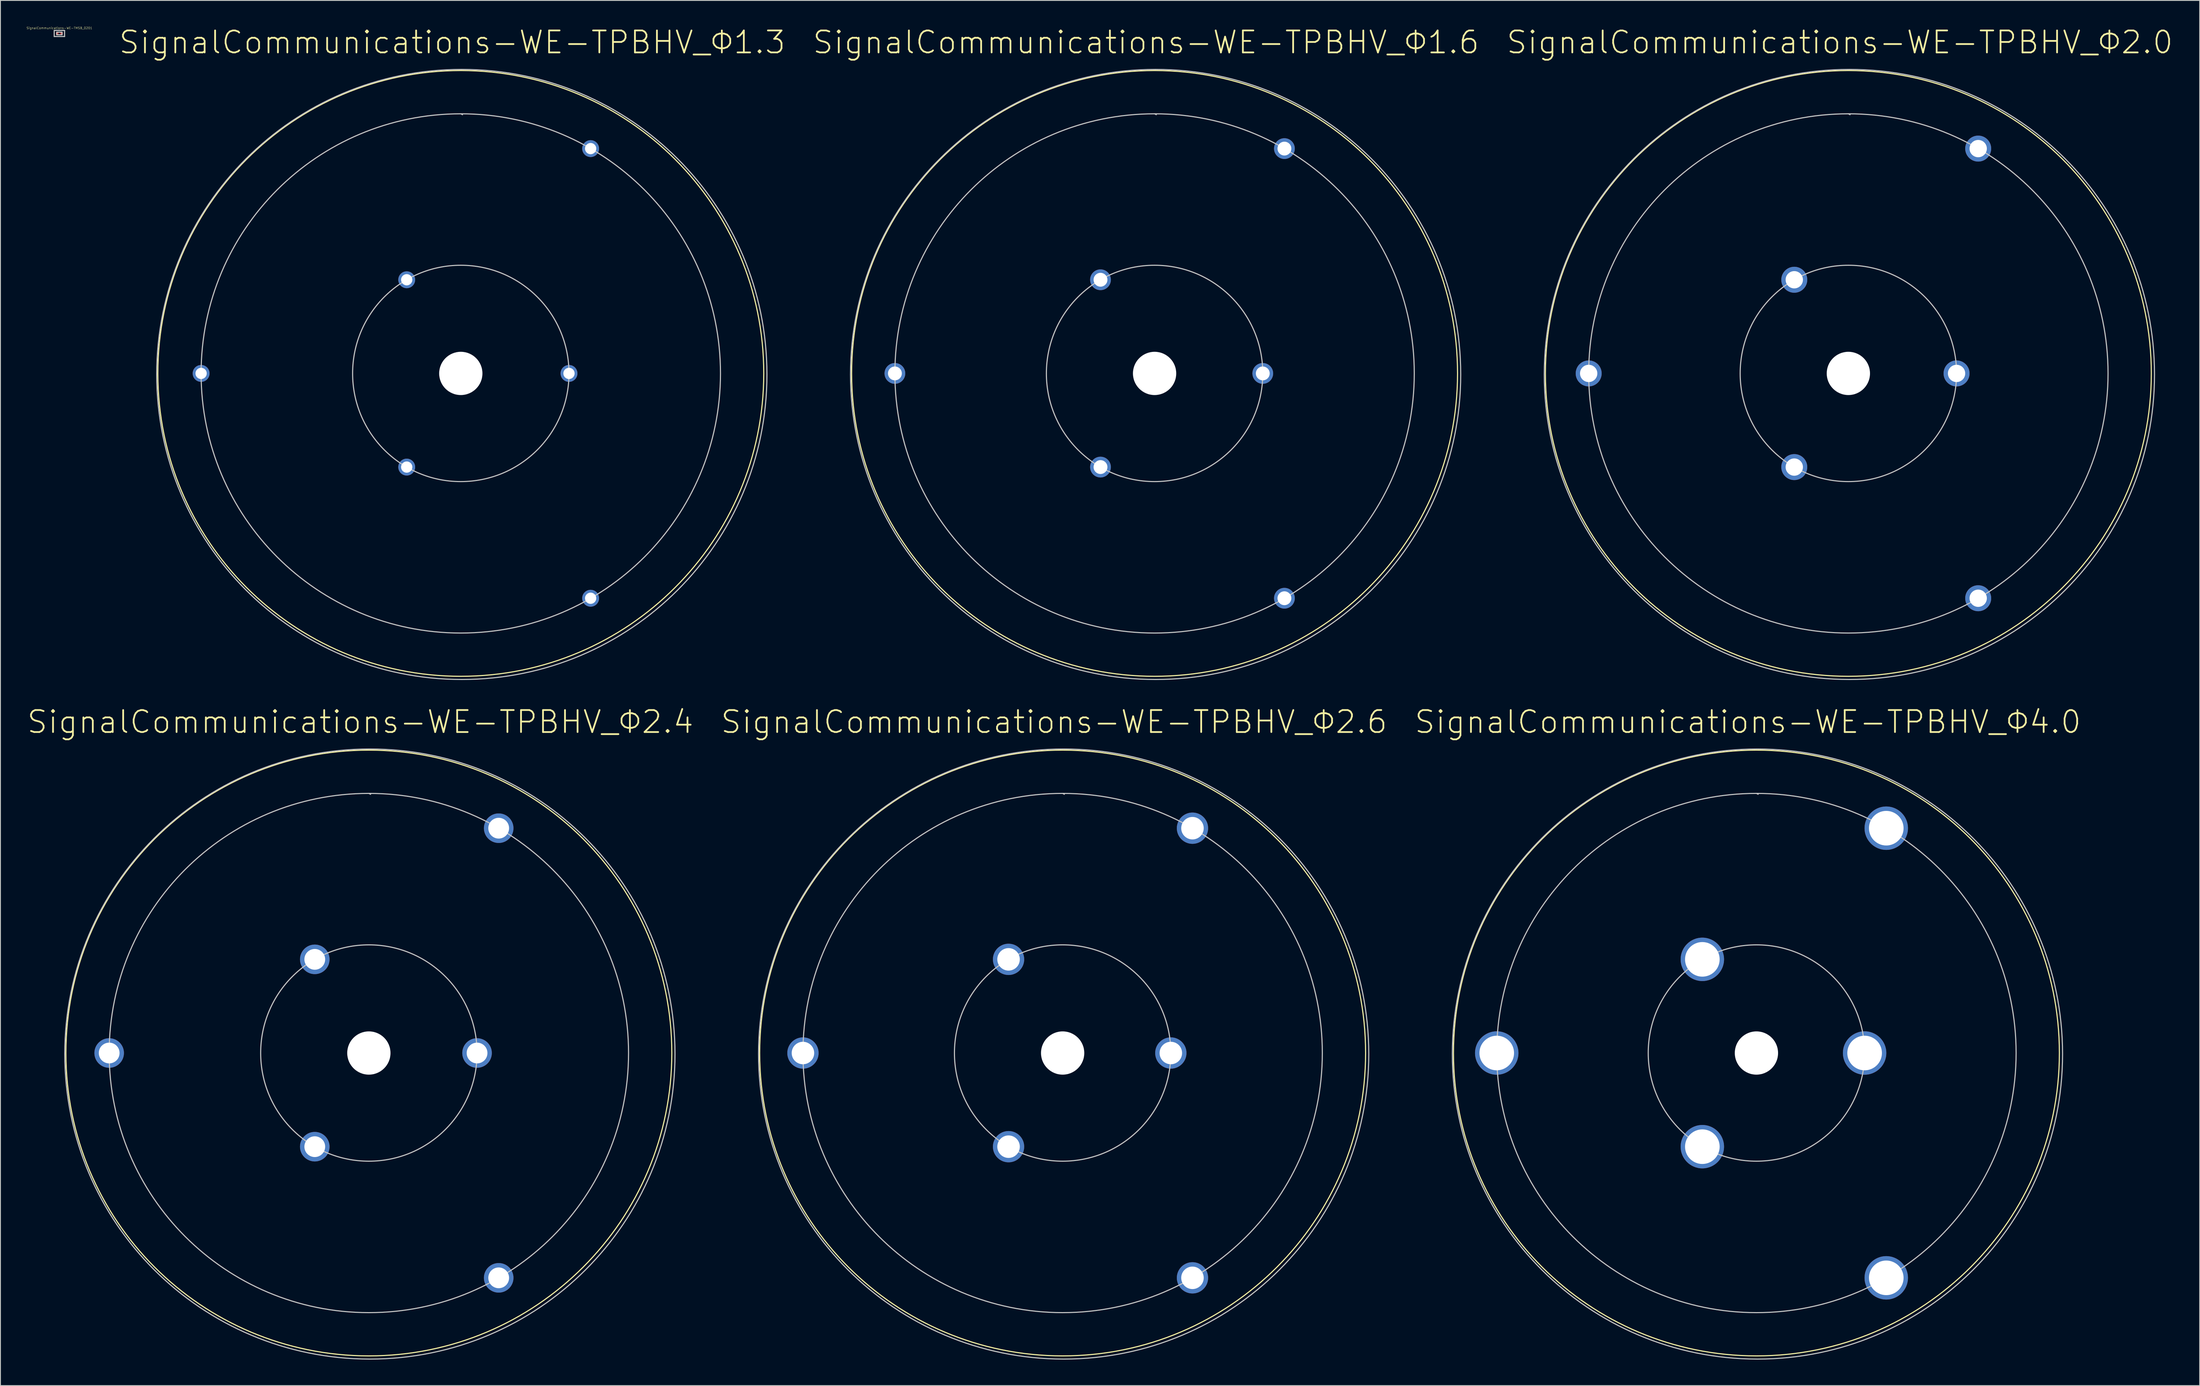
<source format=kicad_pcb>
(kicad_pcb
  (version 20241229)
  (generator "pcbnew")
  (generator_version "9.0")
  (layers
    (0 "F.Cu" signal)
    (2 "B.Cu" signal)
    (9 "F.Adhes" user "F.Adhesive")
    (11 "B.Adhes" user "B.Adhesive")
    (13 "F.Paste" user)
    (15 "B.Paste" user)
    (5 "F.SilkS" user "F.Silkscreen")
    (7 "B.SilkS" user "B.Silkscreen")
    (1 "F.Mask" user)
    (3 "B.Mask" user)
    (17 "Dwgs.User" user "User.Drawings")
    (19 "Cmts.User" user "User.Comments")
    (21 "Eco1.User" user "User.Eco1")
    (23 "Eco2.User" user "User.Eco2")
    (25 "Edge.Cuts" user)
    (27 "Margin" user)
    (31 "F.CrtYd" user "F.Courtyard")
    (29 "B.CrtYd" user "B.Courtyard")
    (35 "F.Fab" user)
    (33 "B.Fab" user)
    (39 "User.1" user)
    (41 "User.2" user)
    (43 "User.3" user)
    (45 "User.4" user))
  (footprint "SignalCommunications-WE-TPBHV_Φ2.4"
    (layer "F.Cu")
    (at 39.562 118.63)
    (property "Reference" "SignalCommunications-WE-TPBHV_Φ2.4" (at -0.988 -38.257 0) (layer "F.SilkS") (effects (font (size 2.54 2.54) (thickness 0.203))))
    (attr exclude_from_pos_files exclude_from_bom)
    (fp_circle (center 0 0) (end 0 -34.999) (stroke (width 0.127) (type solid)) (fill no) (layer "F.SilkS"))
    (fp_line (start 0.198 -29.898) (end 0 -30) (stroke (width 0.127) (type solid)) (layer "Dwgs.User"))
    (fp_circle (center 0 0) (end 0 -30) (stroke (width 0.127) (type solid)) (fill no) (layer "Dwgs.User"))
    (fp_circle (center 0 0) (end 0 -12.499) (stroke (width 0.127) (type solid)) (fill no) (layer "Dwgs.User"))
    (fp_circle (center 0.119 0.119) (end 0.119 -35.128) (stroke (width 0.127) (type solid)) (fill no) (layer "Dwgs.User"))
    (pad "" np_thru_hole circle (at 0 0) (size 4.999 4.999) (drill 4.999) (layers "*.Cu" "*.Mask"))
    (pad "1" thru_hole circle (at 14.999 -25.979) (size 3.414 3.414) (drill 2.398) (layers "*.Cu" "*.Paste" "*.Mask"))
    (pad "2" thru_hole circle (at 14.999 25.979) (size 3.414 3.414) (drill 2.398) (layers "*.Cu" "*.Paste" "*.Mask"))
    (pad "3" thru_hole circle (at -30 0) (size 3.414 3.414) (drill 2.398) (layers "*.Cu" "*.Paste" "*.Mask"))
    (pad "4" thru_hole circle (at 12.499 0) (size 3.414 3.414) (drill 2.398) (layers "*.Cu" "*.Paste" "*.Mask"))
    (pad "5" thru_hole circle (at -6.248 10.823) (size 3.414 3.414) (drill 2.398) (layers "*.Cu" "*.Paste" "*.Mask"))
    (pad "6" thru_hole circle (at -6.248 -10.823) (size 3.414 3.414) (drill 2.398) (layers "*.Cu" "*.Paste" "*.Mask")))
  (footprint "SignalCommunications-WE-TPBHV_Φ4.0"
    (layer "F.Cu")
    (at 199.859 118.63)
    (property "Reference" "SignalCommunications-WE-TPBHV_Φ4.0" (at -0.988 -38.257 0) (layer "F.SilkS") (effects (font (size 2.54 2.54) (thickness 0.203))))
    (attr exclude_from_pos_files exclude_from_bom)
    (fp_circle (center 0 0) (end 0 -34.999) (stroke (width 0.127) (type solid)) (fill no) (layer "F.SilkS"))
    (fp_line (start 0.198 -29.898) (end 0 -30) (stroke (width 0.127) (type solid)) (layer "Dwgs.User"))
    (fp_circle (center 0 0) (end 0 -30) (stroke (width 0.127) (type solid)) (fill no) (layer "Dwgs.User"))
    (fp_circle (center 0 0) (end 0 -12.499) (stroke (width 0.127) (type solid)) (fill no) (layer "Dwgs.User"))
    (fp_circle (center 0.119 0.119) (end 0.119 -35.128) (stroke (width 0.127) (type solid)) (fill no) (layer "Dwgs.User"))
    (pad "" np_thru_hole circle (at 0 0) (size 4.999 4.999) (drill 4.999) (layers "*.Cu" "*.Mask"))
    (pad "1" thru_hole circle (at 14.999 -25.979) (size 5.014 5.014) (drill 3.998) (layers "*.Cu" "*.Paste" "*.Mask"))
    (pad "2" thru_hole circle (at 14.999 25.979) (size 5.014 5.014) (drill 3.998) (layers "*.Cu" "*.Paste" "*.Mask"))
    (pad "3" thru_hole circle (at -30 0) (size 5.014 5.014) (drill 3.998) (layers "*.Cu" "*.Paste" "*.Mask"))
    (pad "4" thru_hole circle (at 12.499 0) (size 5.014 5.014) (drill 3.998) (layers "*.Cu" "*.Paste" "*.Mask"))
    (pad "5" thru_hole circle (at -6.248 10.823) (size 5.014 5.014) (drill 3.998) (layers "*.Cu" "*.Paste" "*.Mask"))
    (pad "6" thru_hole circle (at -6.248 -10.823) (size 5.014 5.014) (drill 3.998) (layers "*.Cu" "*.Paste" "*.Mask")))
  (footprint "SignalCommunications-WE-TPBHV_Φ2.0"
    (layer "F.Cu")
    (at 210.48 40.1)
    (property "Reference" "SignalCommunications-WE-TPBHV_Φ2.0" (at -0.988 -38.257 0) (layer "F.SilkS") (effects (font (size 2.54 2.54) (thickness 0.203))))
    (attr exclude_from_pos_files exclude_from_bom)
    (fp_circle (center 0 0) (end 0 -34.999) (stroke (width 0.127) (type solid)) (fill no) (layer "F.SilkS"))
    (fp_line (start 0.198 -29.898) (end 0 -30) (stroke (width 0.127) (type solid)) (layer "Dwgs.User"))
    (fp_circle (center 0 0) (end 0 -30) (stroke (width 0.127) (type solid)) (fill no) (layer "Dwgs.User"))
    (fp_circle (center 0 0) (end 0 -12.499) (stroke (width 0.127) (type solid)) (fill no) (layer "Dwgs.User"))
    (fp_circle (center 0.119 0.119) (end 0.119 -35.128) (stroke (width 0.127) (type solid)) (fill no) (layer "Dwgs.User"))
    (pad "" np_thru_hole circle (at 0 0) (size 4.999 4.999) (drill 4.999) (layers "*.Cu" "*.Mask"))
    (pad "1" thru_hole circle (at 14.999 -25.979) (size 3 3) (drill 1.999) (layers "*.Cu" "*.Paste" "*.Mask"))
    (pad "2" thru_hole circle (at 14.999 25.979) (size 3 3) (drill 1.999) (layers "*.Cu" "*.Paste" "*.Mask"))
    (pad "3" thru_hole circle (at -30 0) (size 3 3) (drill 1.999) (layers "*.Cu" "*.Paste" "*.Mask"))
    (pad "4" thru_hole circle (at 12.499 0) (size 3 3) (drill 1.999) (layers "*.Cu" "*.Paste" "*.Mask"))
    (pad "5" thru_hole circle (at -6.248 10.823) (size 3 3) (drill 1.999) (layers "*.Cu" "*.Paste" "*.Mask"))
    (pad "6" thru_hole circle (at -6.248 -10.823) (size 3 3) (drill 1.999) (layers "*.Cu" "*.Paste" "*.Mask")))
  (footprint "SignalCommunications-WE-TMSB_0201"
    (layer "F.Cu")
    (at 3.811 0.818)
    (property "Reference" "SignalCommunications-WE-TMSB_0201" (at 0 -0.625 0) (layer "F.SilkS") (effects (font (size 0.254 0.254) (thickness 0.025))))
    (attr smd)
    (fp_line (start -0.599 -0.348) (end 0.599 -0.348) (stroke (width 0.127) (type solid)) (layer "Dwgs.User"))
    (fp_line (start -0.599 0.348) (end -0.599 -0.348) (stroke (width 0.127) (type solid)) (layer "Dwgs.User"))
    (fp_line (start -0.3 -0.15) (end -0.3 0.15) (stroke (width 0.127) (type solid)) (layer "Dwgs.User"))
    (fp_line (start -0.3 0.15) (end 0.3 0.15) (stroke (width 0.127) (type solid)) (layer "Dwgs.User"))
    (fp_line (start 0.3 -0.15) (end -0.3 -0.15) (stroke (width 0.127) (type solid)) (layer "Dwgs.User"))
    (fp_line (start 0.3 0.15) (end 0.3 -0.15) (stroke (width 0.127) (type solid)) (layer "Dwgs.User"))
    (fp_line (start 0.599 -0.348) (end 0.599 0.348) (stroke (width 0.127) (type solid)) (layer "Dwgs.User"))
    (fp_line (start 0.599 0.348) (end -0.599 0.348) (stroke (width 0.127) (type solid)) (layer "Dwgs.User"))
    (pad "1" smd rect (at -0.249 0) (size 0.3 0.3) (layers "F.Cu" "F.Mask" "F.Paste"))
    (pad "2" smd rect (at 0.249 0) (size 0.3 0.3) (layers "F.Cu" "F.Mask" "F.Paste")))
  (footprint "SignalCommunications-WE-TPBHV_Φ2.6"
    (layer "F.Cu")
    (at 119.71 118.63)
    (property "Reference" "SignalCommunications-WE-TPBHV_Φ2.6" (at -0.988 -38.257 0) (layer "F.SilkS") (effects (font (size 2.54 2.54) (thickness 0.203))))
    (attr exclude_from_pos_files exclude_from_bom)
    (fp_circle (center 0 0) (end 0 -34.999) (stroke (width 0.127) (type solid)) (fill no) (layer "F.SilkS"))
    (fp_line (start 0.198 -29.898) (end 0 -30) (stroke (width 0.127) (type solid)) (layer "Dwgs.User"))
    (fp_circle (center 0 0) (end 0 -30) (stroke (width 0.127) (type solid)) (fill no) (layer "Dwgs.User"))
    (fp_circle (center 0 0) (end 0 -12.499) (stroke (width 0.127) (type solid)) (fill no) (layer "Dwgs.User"))
    (fp_circle (center 0.119 0.119) (end 0.119 -35.128) (stroke (width 0.127) (type solid)) (fill no) (layer "Dwgs.User"))
    (pad "" np_thru_hole circle (at 0 0) (size 4.999 4.999) (drill 4.999) (layers "*.Cu" "*.Mask"))
    (pad "1" thru_hole circle (at 14.999 -25.979) (size 3.614 3.614) (drill 2.598) (layers "*.Cu" "*.Paste" "*.Mask"))
    (pad "2" thru_hole circle (at 14.999 25.979) (size 3.614 3.614) (drill 2.598) (layers "*.Cu" "*.Paste" "*.Mask"))
    (pad "3" thru_hole circle (at -30 0) (size 3.614 3.614) (drill 2.598) (layers "*.Cu" "*.Paste" "*.Mask"))
    (pad "4" thru_hole circle (at 12.499 0) (size 3.614 3.614) (drill 2.598) (layers "*.Cu" "*.Paste" "*.Mask"))
    (pad "5" thru_hole circle (at -6.248 10.823) (size 3.614 3.614) (drill 2.598) (layers "*.Cu" "*.Paste" "*.Mask"))
    (pad "6" thru_hole circle (at -6.248 -10.823) (size 3.614 3.614) (drill 2.598) (layers "*.Cu" "*.Paste" "*.Mask")))
  (footprint "SignalCommunications-WE-TPBHV_Φ1.6"
    (layer "F.Cu")
    (at 130.332 40.1)
    (property "Reference" "SignalCommunications-WE-TPBHV_Φ1.6" (at -0.988 -38.257 0) (layer "F.SilkS") (effects (font (size 2.54 2.54) (thickness 0.203))))
    (attr exclude_from_pos_files exclude_from_bom)
    (fp_circle (center 0 0) (end 0 -34.999) (stroke (width 0.127) (type solid)) (fill no) (layer "F.SilkS"))
    (fp_line (start 0.198 -29.898) (end 0 -30) (stroke (width 0.127) (type solid)) (layer "Dwgs.User"))
    (fp_circle (center 0 0) (end 0 -30) (stroke (width 0.127) (type solid)) (fill no) (layer "Dwgs.User"))
    (fp_circle (center 0 0) (end 0 -12.499) (stroke (width 0.127) (type solid)) (fill no) (layer "Dwgs.User"))
    (fp_circle (center 0.119 0.119) (end 0.119 -35.128) (stroke (width 0.127) (type solid)) (fill no) (layer "Dwgs.User"))
    (pad "" np_thru_hole circle (at 0 0) (size 4.999 4.999) (drill 4.999) (layers "*.Cu" "*.Mask"))
    (pad "1" thru_hole circle (at 14.999 -25.979) (size 2.398 2.398) (drill 1.598) (layers "*.Cu" "*.Paste" "*.Mask"))
    (pad "2" thru_hole circle (at 14.999 25.979) (size 2.398 2.398) (drill 1.598) (layers "*.Cu" "*.Paste" "*.Mask"))
    (pad "3" thru_hole circle (at -30 0) (size 2.398 2.398) (drill 1.598) (layers "*.Cu" "*.Paste" "*.Mask"))
    (pad "4" thru_hole circle (at 12.499 0) (size 2.398 2.398) (drill 1.598) (layers "*.Cu" "*.Paste" "*.Mask"))
    (pad "5" thru_hole circle (at -6.248 10.823) (size 2.398 2.398) (drill 1.598) (layers "*.Cu" "*.Paste" "*.Mask"))
    (pad "6" thru_hole circle (at -6.248 -10.823) (size 2.398 2.398) (drill 1.598) (layers "*.Cu" "*.Paste" "*.Mask")))
  (footprint "SignalCommunications-WE-TPBHV_Φ1.3"
    (layer "F.Cu")
    (at 50.183 40.1)
    (property "Reference" "SignalCommunications-WE-TPBHV_Φ1.3" (at -0.988 -38.257 0) (layer "F.SilkS") (effects (font (size 2.54 2.54) (thickness 0.203))))
    (attr exclude_from_pos_files exclude_from_bom)
    (fp_circle (center 0 0) (end 0 -34.999) (stroke (width 0.127) (type solid)) (fill no) (layer "F.SilkS"))
    (fp_line (start 0.198 -29.898) (end 0 -30) (stroke (width 0.127) (type solid)) (layer "Dwgs.User"))
    (fp_circle (center 0 0) (end 0 -30) (stroke (width 0.127) (type solid)) (fill no) (layer "Dwgs.User"))
    (fp_circle (center 0 0) (end 0 -12.499) (stroke (width 0.127) (type solid)) (fill no) (layer "Dwgs.User"))
    (fp_circle (center 0.119 0.119) (end 0.119 -35.128) (stroke (width 0.127) (type solid)) (fill no) (layer "Dwgs.User"))
    (pad "" np_thru_hole circle (at 0 0) (size 4.999 4.999) (drill 4.999) (layers "*.Cu" "*.Mask"))
    (pad "1" thru_hole circle (at 14.999 -25.979) (size 1.948 1.948) (drill 1.298) (layers "*.Cu" "*.Paste" "*.Mask"))
    (pad "2" thru_hole circle (at 14.999 25.979) (size 1.948 1.948) (drill 1.298) (layers "*.Cu" "*.Paste" "*.Mask"))
    (pad "3" thru_hole circle (at -30 0) (size 1.948 1.948) (drill 1.298) (layers "*.Cu" "*.Paste" "*.Mask"))
    (pad "4" thru_hole circle (at 12.499 0) (size 1.948 1.948) (drill 1.298) (layers "*.Cu" "*.Paste" "*.Mask"))
    (pad "5" thru_hole circle (at -6.248 10.823) (size 1.948 1.948) (drill 1.298) (layers "*.Cu" "*.Paste" "*.Mask"))
    (pad "6" thru_hole circle (at -6.248 -10.823) (size 1.948 1.948) (drill 1.298) (layers "*.Cu" "*.Paste" "*.Mask")))
  (gr_rect
    (start -3 -3)
    (end 251.066 157.061)
    (stroke (width 0.1) (type default))
    (fill no)
    (layer "Edge.Cuts")))
</source>
